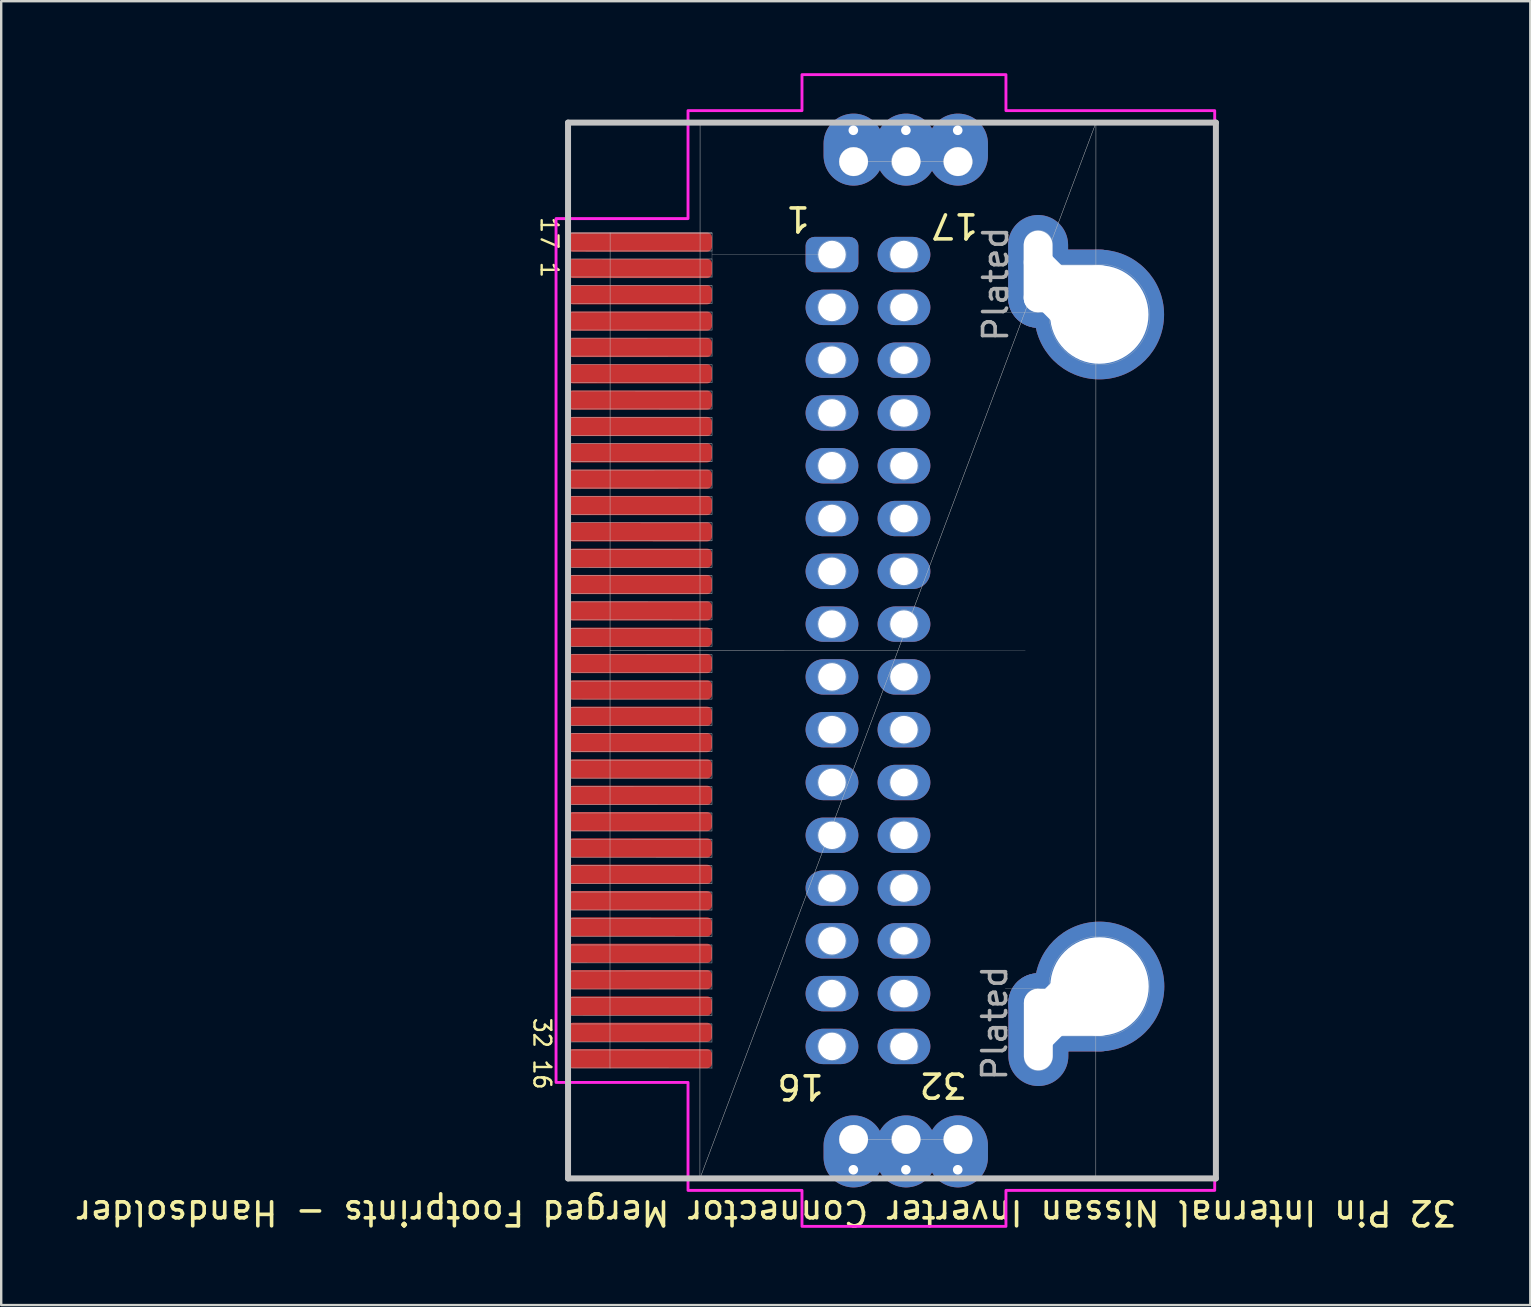
<source format=kicad_pcb>
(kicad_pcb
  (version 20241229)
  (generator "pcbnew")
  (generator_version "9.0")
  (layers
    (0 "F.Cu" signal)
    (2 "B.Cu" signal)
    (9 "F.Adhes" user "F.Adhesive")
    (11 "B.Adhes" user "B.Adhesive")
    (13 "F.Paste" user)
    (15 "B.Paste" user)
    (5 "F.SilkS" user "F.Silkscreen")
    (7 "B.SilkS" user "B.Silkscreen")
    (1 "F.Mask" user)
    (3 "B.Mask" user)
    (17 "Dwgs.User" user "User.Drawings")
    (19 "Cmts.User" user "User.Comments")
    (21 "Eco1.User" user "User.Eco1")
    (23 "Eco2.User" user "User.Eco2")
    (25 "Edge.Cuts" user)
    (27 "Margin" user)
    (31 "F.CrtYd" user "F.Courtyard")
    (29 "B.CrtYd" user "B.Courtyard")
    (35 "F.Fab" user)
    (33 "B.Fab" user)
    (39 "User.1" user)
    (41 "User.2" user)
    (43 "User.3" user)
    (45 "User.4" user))
  (footprint "32 Pin Internal Nissan Inverter Connector Merged Footprints - Handsolder"
    (layer "F.Cu")
    (at 34.373 24.06)
    (property "Reference" "32 Pin Internal Nissan Inverter Connector Merged Footprints - Handsolder" (at -5.51 23.43 180) (unlocked yes) (layer "F.SilkS") (effects (font (size 1 1) (thickness 0.15))))
    (attr through_hole exclude_from_pos_files)
    (fp_line (start -13.753 17.391) (end -13.753 16.641) (stroke (width 0.01) (type solid)) (layer "Dwgs.User"))
    (fp_line (start -13.753 17.391) (end -7.753 17.392) (stroke (width 0.01) (type solid)) (layer "Dwgs.User"))
    (fp_line (start -13.753 16.641) (end -7.753 16.642) (stroke (width 0.01) (type solid)) (layer "Dwgs.User"))
    (fp_line (start -13.753 16.293) (end -13.753 15.543) (stroke (width 0.01) (type solid)) (layer "Dwgs.User"))
    (fp_line (start -13.753 16.293) (end -7.753 16.294) (stroke (width 0.01) (type solid)) (layer "Dwgs.User"))
    (fp_line (start -13.753 15.543) (end -7.753 15.544) (stroke (width 0.01) (type solid)) (layer "Dwgs.User"))
    (fp_line (start -13.753 15.195) (end -13.753 14.445) (stroke (width 0.01) (type solid)) (layer "Dwgs.User"))
    (fp_line (start -13.753 15.195) (end -7.753 15.196) (stroke (width 0.01) (type solid)) (layer "Dwgs.User"))
    (fp_line (start -13.753 14.445) (end -7.753 14.446) (stroke (width 0.01) (type solid)) (layer "Dwgs.User"))
    (fp_line (start -13.753 14.097) (end -13.753 13.347) (stroke (width 0.01) (type solid)) (layer "Dwgs.User"))
    (fp_line (start -13.753 14.097) (end -7.753 14.098) (stroke (width 0.01) (type solid)) (layer "Dwgs.User"))
    (fp_line (start -13.753 13.347) (end -7.753 13.348) (stroke (width 0.01) (type solid)) (layer "Dwgs.User"))
    (fp_line (start -13.753 12.999) (end -13.752 12.249) (stroke (width 0.01) (type solid)) (layer "Dwgs.User"))
    (fp_line (start -13.753 12.999) (end -7.753 13) (stroke (width 0.01) (type solid)) (layer "Dwgs.User"))
    (fp_line (start -13.752 12.249) (end -7.752 12.25) (stroke (width 0.01) (type solid)) (layer "Dwgs.User"))
    (fp_line (start -13.752 11.901) (end -13.752 11.151) (stroke (width 0.01) (type solid)) (layer "Dwgs.User"))
    (fp_line (start -13.752 11.901) (end -7.752 11.902) (stroke (width 0.01) (type solid)) (layer "Dwgs.User"))
    (fp_line (start -13.752 11.151) (end -7.752 11.152) (stroke (width 0.01) (type solid)) (layer "Dwgs.User"))
    (fp_line (start -13.752 10.803) (end -13.752 10.053) (stroke (width 0.01) (type solid)) (layer "Dwgs.User"))
    (fp_line (start -13.752 10.803) (end -7.752 10.804) (stroke (width 0.01) (type solid)) (layer "Dwgs.User"))
    (fp_line (start -13.752 10.053) (end -7.752 10.054) (stroke (width 0.01) (type solid)) (layer "Dwgs.User"))
    (fp_line (start -13.752 9.705) (end -13.752 8.955) (stroke (width 0.01) (type solid)) (layer "Dwgs.User"))
    (fp_line (start -13.752 9.705) (end -7.752 9.706) (stroke (width 0.01) (type solid)) (layer "Dwgs.User"))
    (fp_line (start -13.752 8.955) (end -7.752 8.956) (stroke (width 0.01) (type solid)) (layer "Dwgs.User"))
    (fp_line (start -13.752 8.607) (end -13.752 7.857) (stroke (width 0.01) (type solid)) (layer "Dwgs.User"))
    (fp_line (start -13.752 8.607) (end -7.752 8.608) (stroke (width 0.01) (type solid)) (layer "Dwgs.User"))
    (fp_line (start -13.752 7.857) (end -7.752 7.858) (stroke (width 0.01) (type solid)) (layer "Dwgs.User"))
    (fp_line (start -13.752 7.509) (end -13.752 6.759) (stroke (width 0.01) (type solid)) (layer "Dwgs.User"))
    (fp_line (start -13.752 7.509) (end -7.752 7.51) (stroke (width 0.01) (type solid)) (layer "Dwgs.User"))
    (fp_line (start -13.752 6.759) (end -7.752 6.76) (stroke (width 0.01) (type solid)) (layer "Dwgs.User"))
    (fp_line (start -13.751 6.411) (end -13.751 5.661) (stroke (width 0.01) (type solid)) (layer "Dwgs.User"))
    (fp_line (start -13.751 6.411) (end -7.751 6.412) (stroke (width 0.01) (type solid)) (layer "Dwgs.User"))
    (fp_line (start -13.751 5.661) (end -7.751 5.662) (stroke (width 0.01) (type solid)) (layer "Dwgs.User"))
    (fp_line (start -13.751 5.313) (end -13.751 4.563) (stroke (width 0.01) (type solid)) (layer "Dwgs.User"))
    (fp_line (start -13.751 5.313) (end -7.751 5.314) (stroke (width 0.01) (type solid)) (layer "Dwgs.User"))
    (fp_line (start -13.751 4.563) (end -7.751 4.564) (stroke (width 0.01) (type solid)) (layer "Dwgs.User"))
    (fp_line (start -13.751 4.215) (end -13.751 3.465) (stroke (width 0.01) (type solid)) (layer "Dwgs.User"))
    (fp_line (start -13.751 4.215) (end -7.751 4.216) (stroke (width 0.01) (type solid)) (layer "Dwgs.User"))
    (fp_line (start -13.751 3.465) (end -7.751 3.466) (stroke (width 0.01) (type solid)) (layer "Dwgs.User"))
    (fp_line (start -13.751 3.118) (end -13.751 2.368) (stroke (width 0.01) (type solid)) (layer "Dwgs.User"))
    (fp_line (start -13.751 3.118) (end -7.751 3.119) (stroke (width 0.01) (type solid)) (layer "Dwgs.User"))
    (fp_line (start -13.751 2.368) (end -7.751 2.369) (stroke (width 0.01) (type solid)) (layer "Dwgs.User"))
    (fp_line (start -13.751 2.02) (end -13.751 1.27) (stroke (width 0.01) (type solid)) (layer "Dwgs.User"))
    (fp_line (start -13.751 2.02) (end -7.751 2.021) (stroke (width 0.01) (type solid)) (layer "Dwgs.User"))
    (fp_line (start -13.751 1.27) (end -7.751 1.271) (stroke (width 0.01) (type solid)) (layer "Dwgs.User"))
    (fp_line (start -13.751 0.922) (end -13.75 0.172) (stroke (width 0.01) (type solid)) (layer "Dwgs.User"))
    (fp_line (start -13.751 0.922) (end -7.751 0.923) (stroke (width 0.01) (type solid)) (layer "Dwgs.User"))
    (fp_line (start -13.75 0.172) (end -7.75 0.173) (stroke (width 0.01) (type solid)) (layer "Dwgs.User"))
    (fp_line (start -13.75 -22) (end -13.75 22) (stroke (width 0.25) (type solid)) (layer "Dwgs.User"))
    (fp_line (start -13.75 -17.425) (end -7.75 -17.425) (stroke (width 0.01) (type solid)) (layer "Dwgs.User"))
    (fp_line (start -13.75 -17.425) (end -7.75 -17.425) (stroke (width 0.01) (type solid)) (layer "Dwgs.User"))
    (fp_line (start -13.75 -16.675) (end -13.75 -17.425) (stroke (width 0.01) (type solid)) (layer "Dwgs.User"))
    (fp_line (start -13.75 -16.675) (end -7.75 -16.675) (stroke (width 0.01) (type solid)) (layer "Dwgs.User"))
    (fp_line (start -13.75 -16.325) (end -7.75 -16.325) (stroke (width 0.01) (type solid)) (layer "Dwgs.User"))
    (fp_line (start -13.75 -15.575) (end -13.75 -16.325) (stroke (width 0.01) (type solid)) (layer "Dwgs.User"))
    (fp_line (start -13.75 -15.575) (end -7.75 -15.575) (stroke (width 0.01) (type solid)) (layer "Dwgs.User"))
    (fp_line (start -13.75 -15.225) (end -7.75 -15.225) (stroke (width 0.01) (type solid)) (layer "Dwgs.User"))
    (fp_line (start -13.75 -14.475) (end -13.75 -15.225) (stroke (width 0.01) (type solid)) (layer "Dwgs.User"))
    (fp_line (start -13.75 -14.475) (end -7.75 -14.475) (stroke (width 0.01) (type solid)) (layer "Dwgs.User"))
    (fp_line (start -13.75 -14.125) (end -7.75 -14.125) (stroke (width 0.01) (type solid)) (layer "Dwgs.User"))
    (fp_line (start -13.75 -13.375) (end -13.75 -14.125) (stroke (width 0.01) (type solid)) (layer "Dwgs.User"))
    (fp_line (start -13.75 -13.375) (end -7.75 -13.375) (stroke (width 0.01) (type solid)) (layer "Dwgs.User"))
    (fp_line (start -13.75 -13.025) (end -7.75 -13.025) (stroke (width 0.01) (type solid)) (layer "Dwgs.User"))
    (fp_line (start -13.75 -12.275) (end -13.75 -13.025) (stroke (width 0.01) (type solid)) (layer "Dwgs.User"))
    (fp_line (start -13.75 -12.275) (end -7.75 -12.275) (stroke (width 0.01) (type solid)) (layer "Dwgs.User"))
    (fp_line (start -13.75 -11.925) (end -7.75 -11.925) (stroke (width 0.01) (type solid)) (layer "Dwgs.User"))
    (fp_line (start -13.75 -11.175) (end -13.75 -11.925) (stroke (width 0.01) (type solid)) (layer "Dwgs.User"))
    (fp_line (start -13.75 -11.175) (end -7.75 -11.175) (stroke (width 0.01) (type solid)) (layer "Dwgs.User"))
    (fp_line (start -13.75 -10.825) (end -7.75 -10.825) (stroke (width 0.01) (type solid)) (layer "Dwgs.User"))
    (fp_line (start -13.75 -10.075) (end -13.75 -10.825) (stroke (width 0.01) (type solid)) (layer "Dwgs.User"))
    (fp_line (start -13.75 -10.075) (end -7.75 -10.075) (stroke (width 0.01) (type solid)) (layer "Dwgs.User"))
    (fp_line (start -13.75 -9.725) (end -7.75 -9.725) (stroke (width 0.01) (type solid)) (layer "Dwgs.User"))
    (fp_line (start -13.75 -8.975) (end -13.75 -9.725) (stroke (width 0.01) (type solid)) (layer "Dwgs.User"))
    (fp_line (start -13.75 -8.975) (end -7.75 -8.975) (stroke (width 0.01) (type solid)) (layer "Dwgs.User"))
    (fp_line (start -13.75 -8.625) (end -7.75 -8.625) (stroke (width 0.01) (type solid)) (layer "Dwgs.User"))
    (fp_line (start -13.75 -7.875) (end -13.75 -8.625) (stroke (width 0.01) (type solid)) (layer "Dwgs.User"))
    (fp_line (start -13.75 -7.875) (end -7.75 -7.875) (stroke (width 0.01) (type solid)) (layer "Dwgs.User"))
    (fp_line (start -13.75 -7.525) (end -7.75 -7.525) (stroke (width 0.01) (type solid)) (layer "Dwgs.User"))
    (fp_line (start -13.75 -6.775) (end -13.75 -7.525) (stroke (width 0.01) (type solid)) (layer "Dwgs.User"))
    (fp_line (start -13.75 -6.775) (end -7.75 -6.775) (stroke (width 0.01) (type solid)) (layer "Dwgs.User"))
    (fp_line (start -13.75 -6.425) (end -7.75 -6.425) (stroke (width 0.01) (type solid)) (layer "Dwgs.User"))
    (fp_line (start -13.75 -5.675) (end -13.75 -6.425) (stroke (width 0.01) (type solid)) (layer "Dwgs.User"))
    (fp_line (start -13.75 -5.675) (end -7.75 -5.675) (stroke (width 0.01) (type solid)) (layer "Dwgs.User"))
    (fp_line (start -13.75 -5.325) (end -7.75 -5.325) (stroke (width 0.01) (type solid)) (layer "Dwgs.User"))
    (fp_line (start -13.75 -4.575) (end -13.75 -5.325) (stroke (width 0.01) (type solid)) (layer "Dwgs.User"))
    (fp_line (start -13.75 -4.575) (end -7.75 -4.575) (stroke (width 0.01) (type solid)) (layer "Dwgs.User"))
    (fp_line (start -13.75 -4.225) (end -7.75 -4.225) (stroke (width 0.01) (type solid)) (layer "Dwgs.User"))
    (fp_line (start -13.75 -3.475) (end -13.75 -4.225) (stroke (width 0.01) (type solid)) (layer "Dwgs.User"))
    (fp_line (start -13.75 -3.475) (end -7.75 -3.475) (stroke (width 0.01) (type solid)) (layer "Dwgs.User"))
    (fp_line (start -13.75 -3.125) (end -7.75 -3.125) (stroke (width 0.01) (type solid)) (layer "Dwgs.User"))
    (fp_line (start -13.75 -2.375) (end -13.75 -3.125) (stroke (width 0.01) (type solid)) (layer "Dwgs.User"))
    (fp_line (start -13.75 -2.375) (end -7.75 -2.375) (stroke (width 0.01) (type solid)) (layer "Dwgs.User"))
    (fp_line (start -13.75 -2.025) (end -7.75 -2.025) (stroke (width 0.01) (type solid)) (layer "Dwgs.User"))
    (fp_line (start -13.75 -1.275) (end -13.75 -2.025) (stroke (width 0.01) (type solid)) (layer "Dwgs.User"))
    (fp_line (start -13.75 -1.275) (end -7.75 -1.275) (stroke (width 0.01) (type solid)) (layer "Dwgs.User"))
    (fp_line (start -13.75 -0.925) (end -7.75 -0.925) (stroke (width 0.01) (type solid)) (layer "Dwgs.User"))
    (fp_line (start -13.75 -0.175) (end -13.75 -0.925) (stroke (width 0.01) (type solid)) (layer "Dwgs.User"))
    (fp_line (start -13.75 -0.175) (end -7.75 -0.175) (stroke (width 0.01) (type solid)) (layer "Dwgs.User"))
    (fp_line (start -13.75 0.175) (end -7.75 0.175) (stroke (width 0.01) (type solid)) (layer "Dwgs.User"))
    (fp_line (start -13.75 0.925) (end -13.75 0.175) (stroke (width 0.01) (type solid)) (layer "Dwgs.User"))
    (fp_line (start -13.75 0.925) (end -7.75 0.925) (stroke (width 0.01) (type solid)) (layer "Dwgs.User"))
    (fp_line (start -13.75 1.275) (end -7.75 1.275) (stroke (width 0.01) (type solid)) (layer "Dwgs.User"))
    (fp_line (start -13.75 2.025) (end -13.75 1.275) (stroke (width 0.01) (type solid)) (layer "Dwgs.User"))
    (fp_line (start -13.75 2.025) (end -7.75 2.025) (stroke (width 0.01) (type solid)) (layer "Dwgs.User"))
    (fp_line (start -13.75 2.375) (end -7.75 2.375) (stroke (width 0.01) (type solid)) (layer "Dwgs.User"))
    (fp_line (start -13.75 3.125) (end -13.75 2.375) (stroke (width 0.01) (type solid)) (layer "Dwgs.User"))
    (fp_line (start -13.75 3.125) (end -7.75 3.125) (stroke (width 0.01) (type solid)) (layer "Dwgs.User"))
    (fp_line (start -13.75 3.475) (end -7.75 3.475) (stroke (width 0.01) (type solid)) (layer "Dwgs.User"))
    (fp_line (start -13.75 4.225) (end -13.75 3.475) (stroke (width 0.01) (type solid)) (layer "Dwgs.User"))
    (fp_line (start -13.75 4.225) (end -7.75 4.225) (stroke (width 0.01) (type solid)) (layer "Dwgs.User"))
    (fp_line (start -13.75 4.575) (end -7.75 4.575) (stroke (width 0.01) (type solid)) (layer "Dwgs.User"))
    (fp_line (start -13.75 5.325) (end -13.75 4.575) (stroke (width 0.01) (type solid)) (layer "Dwgs.User"))
    (fp_line (start -13.75 5.325) (end -7.75 5.325) (stroke (width 0.01) (type solid)) (layer "Dwgs.User"))
    (fp_line (start -13.75 5.675) (end -7.75 5.675) (stroke (width 0.01) (type solid)) (layer "Dwgs.User"))
    (fp_line (start -13.75 6.425) (end -13.75 5.675) (stroke (width 0.01) (type solid)) (layer "Dwgs.User"))
    (fp_line (start -13.75 6.425) (end -7.75 6.425) (stroke (width 0.01) (type solid)) (layer "Dwgs.User"))
    (fp_line (start -13.75 6.775) (end -7.75 6.775) (stroke (width 0.01) (type solid)) (layer "Dwgs.User"))
    (fp_line (start -13.75 7.525) (end -13.75 6.775) (stroke (width 0.01) (type solid)) (layer "Dwgs.User"))
    (fp_line (start -13.75 7.525) (end -7.75 7.525) (stroke (width 0.01) (type solid)) (layer "Dwgs.User"))
    (fp_line (start -13.75 7.875) (end -7.75 7.875) (stroke (width 0.01) (type solid)) (layer "Dwgs.User"))
    (fp_line (start -13.75 8.625) (end -13.75 7.875) (stroke (width 0.01) (type solid)) (layer "Dwgs.User"))
    (fp_line (start -13.75 8.625) (end -7.75 8.625) (stroke (width 0.01) (type solid)) (layer "Dwgs.User"))
    (fp_line (start -13.75 8.975) (end -7.75 8.975) (stroke (width 0.01) (type solid)) (layer "Dwgs.User"))
    (fp_line (start -13.75 9.725) (end -13.75 8.975) (stroke (width 0.01) (type solid)) (layer "Dwgs.User"))
    (fp_line (start -13.75 9.725) (end -7.75 9.725) (stroke (width 0.01) (type solid)) (layer "Dwgs.User"))
    (fp_line (start -13.75 10.075) (end -7.75 10.075) (stroke (width 0.01) (type solid)) (layer "Dwgs.User"))
    (fp_line (start -13.75 10.825) (end -13.75 10.075) (stroke (width 0.01) (type solid)) (layer "Dwgs.User"))
    (fp_line (start -13.75 10.825) (end -7.75 10.825) (stroke (width 0.01) (type solid)) (layer "Dwgs.User"))
    (fp_line (start -13.75 11.175) (end -7.75 11.175) (stroke (width 0.01) (type solid)) (layer "Dwgs.User"))
    (fp_line (start -13.75 11.925) (end -13.75 11.175) (stroke (width 0.01) (type solid)) (layer "Dwgs.User"))
    (fp_line (start -13.75 11.925) (end -7.75 11.925) (stroke (width 0.01) (type solid)) (layer "Dwgs.User"))
    (fp_line (start -13.75 12.275) (end -7.75 12.275) (stroke (width 0.01) (type solid)) (layer "Dwgs.User"))
    (fp_line (start -13.75 13.025) (end -13.75 12.275) (stroke (width 0.01) (type solid)) (layer "Dwgs.User"))
    (fp_line (start -13.75 13.025) (end -7.75 13.025) (stroke (width 0.01) (type solid)) (layer "Dwgs.User"))
    (fp_line (start -13.75 13.375) (end -7.75 13.375) (stroke (width 0.01) (type solid)) (layer "Dwgs.User"))
    (fp_line (start -13.75 14.125) (end -13.75 13.375) (stroke (width 0.01) (type solid)) (layer "Dwgs.User"))
    (fp_line (start -13.75 14.125) (end -7.75 14.125) (stroke (width 0.01) (type solid)) (layer "Dwgs.User"))
    (fp_line (start -13.75 14.475) (end -7.75 14.475) (stroke (width 0.01) (type solid)) (layer "Dwgs.User"))
    (fp_line (start -13.75 15.225) (end -13.75 14.475) (stroke (width 0.01) (type solid)) (layer "Dwgs.User"))
    (fp_line (start -13.75 15.225) (end -7.75 15.225) (stroke (width 0.01) (type solid)) (layer "Dwgs.User"))
    (fp_line (start -13.75 15.575) (end -7.75 15.575) (stroke (width 0.01) (type solid)) (layer "Dwgs.User"))
    (fp_line (start -13.75 16.325) (end -13.75 15.575) (stroke (width 0.01) (type solid)) (layer "Dwgs.User"))
    (fp_line (start -13.75 16.325) (end -7.75 16.325) (stroke (width 0.01) (type solid)) (layer "Dwgs.User"))
    (fp_line (start -13.75 16.675) (end -7.75 16.675) (stroke (width 0.01) (type solid)) (layer "Dwgs.User"))
    (fp_line (start -13.75 17.425) (end -13.75 16.675) (stroke (width 0.01) (type solid)) (layer "Dwgs.User"))
    (fp_line (start -13.75 17.425) (end -7.75 17.425) (stroke (width 0.01) (type solid)) (layer "Dwgs.User"))
    (fp_line (start -13.75 22) (end 13.25 22) (stroke (width 0.25) (type solid)) (layer "Dwgs.User"))
    (fp_line (start -13.75 -0.176) (end -13.75 -0.926) (stroke (width 0.01) (type solid)) (layer "Dwgs.User"))
    (fp_line (start -13.75 -0.176) (end -7.75 -0.175) (stroke (width 0.01) (type solid)) (layer "Dwgs.User"))
    (fp_line (start -13.75 -0.926) (end -7.75 -0.925) (stroke (width 0.01) (type solid)) (layer "Dwgs.User"))
    (fp_line (start -13.75 -1.274) (end -13.75 -2.024) (stroke (width 0.01) (type solid)) (layer "Dwgs.User"))
    (fp_line (start -13.75 -1.274) (end -7.75 -1.273) (stroke (width 0.01) (type solid)) (layer "Dwgs.User"))
    (fp_line (start -13.75 -2.024) (end -7.75 -2.023) (stroke (width 0.01) (type solid)) (layer "Dwgs.User"))
    (fp_line (start -13.75 -2.372) (end -13.75 -3.122) (stroke (width 0.01) (type solid)) (layer "Dwgs.User"))
    (fp_line (start -13.75 -2.372) (end -7.75 -2.371) (stroke (width 0.01) (type solid)) (layer "Dwgs.User"))
    (fp_line (start -13.75 -3.122) (end -7.75 -3.121) (stroke (width 0.01) (type solid)) (layer "Dwgs.User"))
    (fp_line (start -13.75 -3.47) (end -13.75 -4.22) (stroke (width 0.01) (type solid)) (layer "Dwgs.User"))
    (fp_line (start -13.75 -3.47) (end -7.75 -3.469) (stroke (width 0.01) (type solid)) (layer "Dwgs.User"))
    (fp_line (start -13.75 -4.22) (end -7.75 -4.219) (stroke (width 0.01) (type solid)) (layer "Dwgs.User"))
    (fp_line (start -13.75 -4.568) (end -13.749 -5.318) (stroke (width 0.01) (type solid)) (layer "Dwgs.User"))
    (fp_line (start -13.75 -4.568) (end -7.75 -4.567) (stroke (width 0.01) (type solid)) (layer "Dwgs.User"))
    (fp_line (start -13.749 -5.318) (end -7.749 -5.317) (stroke (width 0.01) (type solid)) (layer "Dwgs.User"))
    (fp_line (start -13.749 -5.666) (end -13.749 -6.416) (stroke (width 0.01) (type solid)) (layer "Dwgs.User"))
    (fp_line (start -13.749 -5.666) (end -7.749 -5.665) (stroke (width 0.01) (type solid)) (layer "Dwgs.User"))
    (fp_line (start -13.749 -6.416) (end -7.749 -6.415) (stroke (width 0.01) (type solid)) (layer "Dwgs.User"))
    (fp_line (start -13.749 -6.764) (end -13.749 -7.514) (stroke (width 0.01) (type solid)) (layer "Dwgs.User"))
    (fp_line (start -13.749 -6.764) (end -7.749 -6.763) (stroke (width 0.01) (type solid)) (layer "Dwgs.User"))
    (fp_line (start -13.749 -7.514) (end -7.749 -7.513) (stroke (width 0.01) (type solid)) (layer "Dwgs.User"))
    (fp_line (start -13.749 -7.862) (end -13.749 -8.612) (stroke (width 0.01) (type solid)) (layer "Dwgs.User"))
    (fp_line (start -13.749 -7.862) (end -7.749 -7.861) (stroke (width 0.01) (type solid)) (layer "Dwgs.User"))
    (fp_line (start -13.749 -8.612) (end -7.749 -8.611) (stroke (width 0.01) (type solid)) (layer "Dwgs.User"))
    (fp_line (start -13.749 -8.96) (end -13.749 -9.71) (stroke (width 0.01) (type solid)) (layer "Dwgs.User"))
    (fp_line (start -13.749 -8.96) (end -7.749 -8.959) (stroke (width 0.01) (type solid)) (layer "Dwgs.User"))
    (fp_line (start -13.749 -9.71) (end -7.749 -9.709) (stroke (width 0.01) (type solid)) (layer "Dwgs.User"))
    (fp_line (start -13.749 -10.058) (end -13.749 -10.808) (stroke (width 0.01) (type solid)) (layer "Dwgs.User"))
    (fp_line (start -13.749 -10.058) (end -7.749 -10.057) (stroke (width 0.01) (type solid)) (layer "Dwgs.User"))
    (fp_line (start -13.749 -10.808) (end -7.749 -10.807) (stroke (width 0.01) (type solid)) (layer "Dwgs.User"))
    (fp_line (start -13.748 -11.156) (end -13.748 -11.906) (stroke (width 0.01) (type solid)) (layer "Dwgs.User"))
    (fp_line (start -13.748 -11.156) (end -7.748 -11.155) (stroke (width 0.01) (type solid)) (layer "Dwgs.User"))
    (fp_line (start -13.748 -11.906) (end -7.748 -11.905) (stroke (width 0.01) (type solid)) (layer "Dwgs.User"))
    (fp_line (start -13.748 -12.254) (end -13.748 -13.004) (stroke (width 0.01) (type solid)) (layer "Dwgs.User"))
    (fp_line (start -13.748 -12.254) (end -7.748 -12.253) (stroke (width 0.01) (type solid)) (layer "Dwgs.User"))
    (fp_line (start -13.748 -13.004) (end -7.748 -13.003) (stroke (width 0.01) (type solid)) (layer "Dwgs.User"))
    (fp_line (start -13.748 -13.352) (end -13.748 -14.102) (stroke (width 0.01) (type solid)) (layer "Dwgs.User"))
    (fp_line (start -13.748 -13.352) (end -7.748 -13.351) (stroke (width 0.01) (type solid)) (layer "Dwgs.User"))
    (fp_line (start -13.748 -14.102) (end -7.748 -14.101) (stroke (width 0.01) (type solid)) (layer "Dwgs.User"))
    (fp_line (start -13.748 -14.45) (end -13.748 -15.2) (stroke (width 0.01) (type solid)) (layer "Dwgs.User"))
    (fp_line (start -13.748 -14.45) (end -7.748 -14.449) (stroke (width 0.01) (type solid)) (layer "Dwgs.User"))
    (fp_line (start -13.748 -15.2) (end -7.748 -15.199) (stroke (width 0.01) (type solid)) (layer "Dwgs.User"))
    (fp_line (start -13.748 -15.548) (end -13.748 -16.298) (stroke (width 0.01) (type solid)) (layer "Dwgs.User"))
    (fp_line (start -13.748 -15.548) (end -7.748 -15.546) (stroke (width 0.01) (type solid)) (layer "Dwgs.User"))
    (fp_line (start -13.748 -16.298) (end -7.748 -16.296) (stroke (width 0.01) (type solid)) (layer "Dwgs.User"))
    (fp_line (start -13.748 -16.645) (end -13.747 -17.395) (stroke (width 0.01) (type solid)) (layer "Dwgs.User"))
    (fp_line (start -13.748 -16.645) (end -7.748 -16.644) (stroke (width 0.01) (type solid)) (layer "Dwgs.User"))
    (fp_line (start -13.747 -17.395) (end -7.747 -17.394) (stroke (width 0.01) (type solid)) (layer "Dwgs.User"))
    (fp_line (start -13.747 -17.395) (end -7.747 -17.394) (stroke (width 0.01) (type solid)) (layer "Dwgs.User"))
    (fp_line (start -12.003 17.391) (end -11.997 -17.395) (stroke (width 0.01) (type solid)) (layer "Dwgs.User"))
    (fp_line (start -12 0) (end -0.000393 0) (stroke (width 0.01) (type solid)) (layer "Dwgs.User"))
    (fp_line (start -12 17.425) (end -12 -17.425) (stroke (width 0.01) (type solid)) (layer "Dwgs.User"))
    (fp_line (start -12 -0.002) (end -0.000393 0) (stroke (width 0.01) (type solid)) (layer "Dwgs.User"))
    (fp_line (start -8.254 21.999) (end -8.247 -22.001) (stroke (width 0.01) (type solid)) (layer "Dwgs.User"))
    (fp_line (start -8.254 21.999) (end 8.246 22.001) (stroke (width 0.01) (type solid)) (layer "Dwgs.User"))
    (fp_line (start -8.254 21.999) (end 8.253 -21.999) (stroke (width 0.01) (type solid)) (layer "Dwgs.User"))
    (fp_line (start -8.25 -22) (end 8.25 -22) (stroke (width 0.01) (type solid)) (layer "Dwgs.User"))
    (fp_line (start -8.25 22) (end -8.25 -22) (stroke (width 0.01) (type solid)) (layer "Dwgs.User"))
    (fp_line (start -8.25 22) (end 8.25 -22) (stroke (width 0.01) (type solid)) (layer "Dwgs.User"))
    (fp_line (start -8.25 22) (end 8.25 22) (stroke (width 0.01) (type solid)) (layer "Dwgs.User"))
    (fp_line (start -8.247 -22.001) (end 8.253 -21.999) (stroke (width 0.01) (type solid)) (layer "Dwgs.User"))
    (fp_line (start -7.753 17.392) (end -7.753 16.642) (stroke (width 0.01) (type solid)) (layer "Dwgs.User"))
    (fp_line (start -7.753 16.294) (end -7.753 15.544) (stroke (width 0.01) (type solid)) (layer "Dwgs.User"))
    (fp_line (start -7.753 15.196) (end -7.753 14.446) (stroke (width 0.01) (type solid)) (layer "Dwgs.User"))
    (fp_line (start -7.753 14.098) (end -7.753 13.348) (stroke (width 0.01) (type solid)) (layer "Dwgs.User"))
    (fp_line (start -7.753 13) (end -7.752 12.25) (stroke (width 0.01) (type solid)) (layer "Dwgs.User"))
    (fp_line (start -7.752 11.902) (end -7.752 11.152) (stroke (width 0.01) (type solid)) (layer "Dwgs.User"))
    (fp_line (start -7.752 10.804) (end -7.752 10.054) (stroke (width 0.01) (type solid)) (layer "Dwgs.User"))
    (fp_line (start -7.752 9.706) (end -7.752 8.956) (stroke (width 0.01) (type solid)) (layer "Dwgs.User"))
    (fp_line (start -7.752 8.608) (end -7.752 7.858) (stroke (width 0.01) (type solid)) (layer "Dwgs.User"))
    (fp_line (start -7.752 7.51) (end -7.752 6.76) (stroke (width 0.01) (type solid)) (layer "Dwgs.User"))
    (fp_line (start -7.751 6.412) (end -7.751 5.662) (stroke (width 0.01) (type solid)) (layer "Dwgs.User"))
    (fp_line (start -7.751 5.314) (end -7.751 4.564) (stroke (width 0.01) (type solid)) (layer "Dwgs.User"))
    (fp_line (start -7.751 4.216) (end -7.751 3.466) (stroke (width 0.01) (type solid)) (layer "Dwgs.User"))
    (fp_line (start -7.751 3.119) (end -7.751 2.369) (stroke (width 0.01) (type solid)) (layer "Dwgs.User"))
    (fp_line (start -7.751 2.021) (end -7.751 1.271) (stroke (width 0.01) (type solid)) (layer "Dwgs.User"))
    (fp_line (start -7.751 0.923) (end -7.75 0.173) (stroke (width 0.01) (type solid)) (layer "Dwgs.User"))
    (fp_line (start -7.75 -16.675) (end -7.75 -17.425) (stroke (width 0.01) (type solid)) (layer "Dwgs.User"))
    (fp_line (start -7.75 -16.675) (end -7.75 -16.325) (stroke (width 0.01) (type solid)) (layer "Dwgs.User"))
    (fp_line (start -7.75 -16.5) (end -2.75 -16.5) (stroke (width 0.01) (type solid)) (layer "Dwgs.User"))
    (fp_line (start -7.75 -15.575) (end -7.75 -16.325) (stroke (width 0.01) (type solid)) (layer "Dwgs.User"))
    (fp_line (start -7.75 -14.475) (end -7.75 -15.225) (stroke (width 0.01) (type solid)) (layer "Dwgs.User"))
    (fp_line (start -7.75 -13.375) (end -7.75 -14.125) (stroke (width 0.01) (type solid)) (layer "Dwgs.User"))
    (fp_line (start -7.75 -12.275) (end -7.75 -13.025) (stroke (width 0.01) (type solid)) (layer "Dwgs.User"))
    (fp_line (start -7.75 -11.175) (end -7.75 -11.925) (stroke (width 0.01) (type solid)) (layer "Dwgs.User"))
    (fp_line (start -7.75 -10.075) (end -7.75 -10.825) (stroke (width 0.01) (type solid)) (layer "Dwgs.User"))
    (fp_line (start -7.75 -8.975) (end -7.75 -9.725) (stroke (width 0.01) (type solid)) (layer "Dwgs.User"))
    (fp_line (start -7.75 -7.875) (end -7.75 -8.625) (stroke (width 0.01) (type solid)) (layer "Dwgs.User"))
    (fp_line (start -7.75 -6.775) (end -7.75 -7.525) (stroke (width 0.01) (type solid)) (layer "Dwgs.User"))
    (fp_line (start -7.75 -5.675) (end -7.75 -6.425) (stroke (width 0.01) (type solid)) (layer "Dwgs.User"))
    (fp_line (start -7.75 -4.575) (end -7.75 -5.325) (stroke (width 0.01) (type solid)) (layer "Dwgs.User"))
    (fp_line (start -7.75 -3.475) (end -7.75 -4.225) (stroke (width 0.01) (type solid)) (layer "Dwgs.User"))
    (fp_line (start -7.75 -2.375) (end -7.75 -3.125) (stroke (width 0.01) (type solid)) (layer "Dwgs.User"))
    (fp_line (start -7.75 -1.275) (end -7.75 -2.025) (stroke (width 0.01) (type solid)) (layer "Dwgs.User"))
    (fp_line (start -7.75 -0.175) (end -7.75 -0.925) (stroke (width 0.01) (type solid)) (layer "Dwgs.User"))
    (fp_line (start -7.75 0.925) (end -7.75 0.175) (stroke (width 0.01) (type solid)) (layer "Dwgs.User"))
    (fp_line (start -7.75 2.025) (end -7.75 1.275) (stroke (width 0.01) (type solid)) (layer "Dwgs.User"))
    (fp_line (start -7.75 3.125) (end -7.75 2.375) (stroke (width 0.01) (type solid)) (layer "Dwgs.User"))
    (fp_line (start -7.75 4.225) (end -7.75 3.475) (stroke (width 0.01) (type solid)) (layer "Dwgs.User"))
    (fp_line (start -7.75 5.325) (end -7.75 4.575) (stroke (width 0.01) (type solid)) (layer "Dwgs.User"))
    (fp_line (start -7.75 6.425) (end -7.75 5.675) (stroke (width 0.01) (type solid)) (layer "Dwgs.User"))
    (fp_line (start -7.75 7.525) (end -7.75 6.775) (stroke (width 0.01) (type solid)) (layer "Dwgs.User"))
    (fp_line (start -7.75 8.625) (end -7.75 7.875) (stroke (width 0.01) (type solid)) (layer "Dwgs.User"))
    (fp_line (start -7.75 9.725) (end -7.75 8.975) (stroke (width 0.01) (type solid)) (layer "Dwgs.User"))
    (fp_line (start -7.75 10.825) (end -7.75 10.075) (stroke (width 0.01) (type solid)) (layer "Dwgs.User"))
    (fp_line (start -7.75 11.925) (end -7.75 11.175) (stroke (width 0.01) (type solid)) (layer "Dwgs.User"))
    (fp_line (start -7.75 13.025) (end -7.75 12.275) (stroke (width 0.01) (type solid)) (layer "Dwgs.User"))
    (fp_line (start -7.75 14.125) (end -7.75 13.375) (stroke (width 0.01) (type solid)) (layer "Dwgs.User"))
    (fp_line (start -7.75 15.225) (end -7.75 14.475) (stroke (width 0.01) (type solid)) (layer "Dwgs.User"))
    (fp_line (start -7.75 16.325) (end -7.75 15.575) (stroke (width 0.01) (type solid)) (layer "Dwgs.User"))
    (fp_line (start -7.75 17.425) (end -7.75 16.675) (stroke (width 0.01) (type solid)) (layer "Dwgs.User"))
    (fp_line (start -7.75 -0.175) (end -7.75 -0.925) (stroke (width 0.01) (type solid)) (layer "Dwgs.User"))
    (fp_line (start -7.75 -1.273) (end -7.75 -2.023) (stroke (width 0.01) (type solid)) (layer "Dwgs.User"))
    (fp_line (start -7.75 -2.371) (end -7.75 -3.121) (stroke (width 0.01) (type solid)) (layer "Dwgs.User"))
    (fp_line (start -7.75 -3.469) (end -7.75 -4.219) (stroke (width 0.01) (type solid)) (layer "Dwgs.User"))
    (fp_line (start -7.75 -4.567) (end -7.749 -5.317) (stroke (width 0.01) (type solid)) (layer "Dwgs.User"))
    (fp_line (start -7.749 -5.665) (end -7.749 -6.415) (stroke (width 0.01) (type solid)) (layer "Dwgs.User"))
    (fp_line (start -7.749 -6.763) (end -7.749 -7.513) (stroke (width 0.01) (type solid)) (layer "Dwgs.User"))
    (fp_line (start -7.749 -7.861) (end -7.749 -8.611) (stroke (width 0.01) (type solid)) (layer "Dwgs.User"))
    (fp_line (start -7.749 -8.959) (end -7.749 -9.709) (stroke (width 0.01) (type solid)) (layer "Dwgs.User"))
    (fp_line (start -7.749 -10.057) (end -7.749 -10.807) (stroke (width 0.01) (type solid)) (layer "Dwgs.User"))
    (fp_line (start -7.748 -11.155) (end -7.748 -11.905) (stroke (width 0.01) (type solid)) (layer "Dwgs.User"))
    (fp_line (start -7.748 -12.253) (end -7.748 -13.003) (stroke (width 0.01) (type solid)) (layer "Dwgs.User"))
    (fp_line (start -7.748 -13.351) (end -7.748 -14.101) (stroke (width 0.01) (type solid)) (layer "Dwgs.User"))
    (fp_line (start -7.748 -14.449) (end -7.748 -15.199) (stroke (width 0.01) (type solid)) (layer "Dwgs.User"))
    (fp_line (start -7.748 -15.546) (end -7.748 -16.296) (stroke (width 0.01) (type solid)) (layer "Dwgs.User"))
    (fp_line (start -7.748 -16.644) (end -7.747 -17.394) (stroke (width 0.01) (type solid)) (layer "Dwgs.User"))
    (fp_line (start -2.75 -16.82) (end -2.75 -16.18) (stroke (width 0.01) (type solid)) (layer "Dwgs.User"))
    (fp_line (start -2.451 20.317) (end -2.384 20.093) (stroke (width 0.01) (type solid)) (layer "Dwgs.User"))
    (fp_line (start -2.444 -20.433) (end -2.421 -20.2) (stroke (width 0.01) (type solid)) (layer "Dwgs.User"))
    (fp_line (start -2.428 20.55) (end -2.451 20.317) (stroke (width 0.01) (type solid)) (layer "Dwgs.User"))
    (fp_line (start -2.421 -20.2) (end -2.31 -19.994) (stroke (width 0.01) (type solid)) (layer "Dwgs.User"))
    (fp_line (start -2.384 20.093) (end -2.235 19.912) (stroke (width 0.01) (type solid)) (layer "Dwgs.User"))
    (fp_line (start -2.377 -20.657) (end -2.444 -20.433) (stroke (width 0.01) (type solid)) (layer "Dwgs.User"))
    (fp_line (start -2.317 20.756) (end -2.428 20.55) (stroke (width 0.01) (type solid)) (layer "Dwgs.User"))
    (fp_line (start -2.31 -19.994) (end -2.129 -19.846) (stroke (width 0.01) (type solid)) (layer "Dwgs.User"))
    (fp_line (start -2.235 19.912) (end -2.029 19.801) (stroke (width 0.01) (type solid)) (layer "Dwgs.User"))
    (fp_line (start -2.228 -20.838) (end -2.377 -20.657) (stroke (width 0.01) (type solid)) (layer "Dwgs.User"))
    (fp_line (start -2.136 20.904) (end -2.317 20.756) (stroke (width 0.01) (type solid)) (layer "Dwgs.User"))
    (fp_line (start -2.129 -19.846) (end -1.905 -19.778) (stroke (width 0.01) (type solid)) (layer "Dwgs.User"))
    (fp_line (start -2.029 19.801) (end -1.796 19.777) (stroke (width 0.01) (type solid)) (layer "Dwgs.User"))
    (fp_line (start -2.022 -20.949) (end -2.228 -20.838) (stroke (width 0.01) (type solid)) (layer "Dwgs.User"))
    (fp_line (start -1.911 20.972) (end -2.136 20.904) (stroke (width 0.01) (type solid)) (layer "Dwgs.User"))
    (fp_line (start -1.905 -19.778) (end -1.672 -19.801) (stroke (width 0.01) (type solid)) (layer "Dwgs.User"))
    (fp_line (start -1.854 20.375) (end 0.321 20.375) (stroke (width 0.01) (type solid)) (layer "Dwgs.User"))
    (fp_line (start -1.85 -20.375) (end 0.325 -20.375) (stroke (width 0.01) (type solid)) (layer "Dwgs.User"))
    (fp_line (start -1.85 20.375) (end 0.325 20.375) (stroke (width 0.01) (type solid)) (layer "Dwgs.User"))
    (fp_line (start -1.847 -20.375) (end 0.328 -20.375) (stroke (width 0.01) (type solid)) (layer "Dwgs.User"))
    (fp_line (start -1.796 19.777) (end -1.572 19.845) (stroke (width 0.01) (type solid)) (layer "Dwgs.User"))
    (fp_line (start -1.789 -20.973) (end -2.022 -20.949) (stroke (width 0.01) (type solid)) (layer "Dwgs.User"))
    (fp_line (start -1.679 20.948) (end -1.911 20.972) (stroke (width 0.01) (type solid)) (layer "Dwgs.User"))
    (fp_line (start -1.672 -19.801) (end -1.465 -19.912) (stroke (width 0.01) (type solid)) (layer "Dwgs.User"))
    (fp_line (start -1.572 19.845) (end -1.391 19.993) (stroke (width 0.01) (type solid)) (layer "Dwgs.User"))
    (fp_line (start -1.565 -20.905) (end -1.789 -20.973) (stroke (width 0.01) (type solid)) (layer "Dwgs.User"))
    (fp_line (start -1.472 20.838) (end -1.679 20.948) (stroke (width 0.01) (type solid)) (layer "Dwgs.User"))
    (fp_line (start -1.465 -19.912) (end -1.317 -20.094) (stroke (width 0.01) (type solid)) (layer "Dwgs.User"))
    (fp_line (start -1.391 19.993) (end -1.28 20.199) (stroke (width 0.01) (type solid)) (layer "Dwgs.User"))
    (fp_line (start -1.384 -20.757) (end -1.565 -20.905) (stroke (width 0.01) (type solid)) (layer "Dwgs.User"))
    (fp_line (start -1.324 20.656) (end -1.472 20.838) (stroke (width 0.01) (type solid)) (layer "Dwgs.User"))
    (fp_line (start -1.317 -20.094) (end -1.25 -20.318) (stroke (width 0.01) (type solid)) (layer "Dwgs.User"))
    (fp_line (start -1.28 20.199) (end -1.257 20.432) (stroke (width 0.01) (type solid)) (layer "Dwgs.User"))
    (fp_line (start -1.273 -20.551) (end -1.384 -20.757) (stroke (width 0.01) (type solid)) (layer "Dwgs.User"))
    (fp_line (start -1.257 20.432) (end -1.324 20.656) (stroke (width 0.01) (type solid)) (layer "Dwgs.User"))
    (fp_line (start -1.25 -20.318) (end -1.273 -20.551) (stroke (width 0.01) (type solid)) (layer "Dwgs.User"))
    (fp_line (start -0.276 20.317) (end -0.209 20.093) (stroke (width 0.01) (type solid)) (layer "Dwgs.User"))
    (fp_line (start -0.269 -20.433) (end -0.246 -20.2) (stroke (width 0.01) (type solid)) (layer "Dwgs.User"))
    (fp_line (start -0.253 20.55) (end -0.276 20.317) (stroke (width 0.01) (type solid)) (layer "Dwgs.User"))
    (fp_line (start -0.246 -20.2) (end -0.135 -19.993) (stroke (width 0.01) (type solid)) (layer "Dwgs.User"))
    (fp_line (start -0.209 20.093) (end -0.06 19.912) (stroke (width 0.01) (type solid)) (layer "Dwgs.User"))
    (fp_line (start -0.202 -20.657) (end -0.269 -20.433) (stroke (width 0.01) (type solid)) (layer "Dwgs.User"))
    (fp_line (start -0.142 20.757) (end -0.253 20.55) (stroke (width 0.01) (type solid)) (layer "Dwgs.User"))
    (fp_line (start -0.135 -19.993) (end 0.046 -19.845) (stroke (width 0.01) (type solid)) (layer "Dwgs.User"))
    (fp_line (start -0.06 19.912) (end 0.146 19.801) (stroke (width 0.01) (type solid)) (layer "Dwgs.User"))
    (fp_line (start -0.053 -20.838) (end -0.202 -20.657) (stroke (width 0.01) (type solid)) (layer "Dwgs.User"))
    (fp_line (start -0.000393 0) (end 5.305 0) (stroke (width 0.01) (type solid)) (layer "Dwgs.User"))
    (fp_line (start 0.039 20.905) (end -0.142 20.757) (stroke (width 0.01) (type solid)) (layer "Dwgs.User"))
    (fp_line (start 0.046 -19.845) (end 0.27 -19.778) (stroke (width 0.01) (type solid)) (layer "Dwgs.User"))
    (fp_line (start 0.146 19.801) (end 0.379 19.778) (stroke (width 0.01) (type solid)) (layer "Dwgs.User"))
    (fp_line (start 0.153 -20.949) (end -0.053 -20.838) (stroke (width 0.01) (type solid)) (layer "Dwgs.User"))
    (fp_line (start 0.264 20.972) (end 0.039 20.905) (stroke (width 0.01) (type solid)) (layer "Dwgs.User"))
    (fp_line (start 0.27 -19.778) (end 0.503 -19.801) (stroke (width 0.01) (type solid)) (layer "Dwgs.User"))
    (fp_line (start 0.321 20.375) (end 2.496 20.375) (stroke (width 0.01) (type solid)) (layer "Dwgs.User"))
    (fp_line (start 0.325 -20.375) (end 2.5 -20.375) (stroke (width 0.01) (type solid)) (layer "Dwgs.User"))
    (fp_line (start 0.325 20.375) (end 2.5 20.375) (stroke (width 0.01) (type solid)) (layer "Dwgs.User"))
    (fp_line (start 0.328 -20.375) (end 2.503 -20.375) (stroke (width 0.01) (type solid)) (layer "Dwgs.User"))
    (fp_line (start 0.379 19.778) (end 0.603 19.845) (stroke (width 0.01) (type solid)) (layer "Dwgs.User"))
    (fp_line (start 0.386 -20.972) (end 0.153 -20.949) (stroke (width 0.01) (type solid)) (layer "Dwgs.User"))
    (fp_line (start 0.496 20.949) (end 0.264 20.972) (stroke (width 0.01) (type solid)) (layer "Dwgs.User"))
    (fp_line (start 0.503 -19.801) (end 0.71 -19.912) (stroke (width 0.01) (type solid)) (layer "Dwgs.User"))
    (fp_line (start 0.603 19.845) (end 0.784 19.993) (stroke (width 0.01) (type solid)) (layer "Dwgs.User"))
    (fp_line (start 0.61 -20.905) (end 0.386 -20.972) (stroke (width 0.01) (type solid)) (layer "Dwgs.User"))
    (fp_line (start 0.703 20.838) (end 0.496 20.949) (stroke (width 0.01) (type solid)) (layer "Dwgs.User"))
    (fp_line (start 0.71 -19.912) (end 0.858 -20.093) (stroke (width 0.01) (type solid)) (layer "Dwgs.User"))
    (fp_line (start 0.784 19.993) (end 0.895 20.2) (stroke (width 0.01) (type solid)) (layer "Dwgs.User"))
    (fp_line (start 0.791 -20.756) (end 0.61 -20.905) (stroke (width 0.01) (type solid)) (layer "Dwgs.User"))
    (fp_line (start 0.851 20.657) (end 0.703 20.838) (stroke (width 0.01) (type solid)) (layer "Dwgs.User"))
    (fp_line (start 0.858 -20.093) (end 0.925 -20.317) (stroke (width 0.01) (type solid)) (layer "Dwgs.User"))
    (fp_line (start 0.895 20.2) (end 0.918 20.433) (stroke (width 0.01) (type solid)) (layer "Dwgs.User"))
    (fp_line (start 0.902 -20.55) (end 0.791 -20.756) (stroke (width 0.01) (type solid)) (layer "Dwgs.User"))
    (fp_line (start 0.918 20.433) (end 0.851 20.657) (stroke (width 0.01) (type solid)) (layer "Dwgs.User"))
    (fp_line (start 0.925 -20.317) (end 0.902 -20.55) (stroke (width 0.01) (type solid)) (layer "Dwgs.User"))
    (fp_line (start 1.899 20.318) (end 1.966 20.094) (stroke (width 0.01) (type solid)) (layer "Dwgs.User"))
    (fp_line (start 1.906 -20.432) (end 1.929 -20.199) (stroke (width 0.01) (type solid)) (layer "Dwgs.User"))
    (fp_line (start 1.922 20.551) (end 1.899 20.318) (stroke (width 0.01) (type solid)) (layer "Dwgs.User"))
    (fp_line (start 1.929 -20.199) (end 2.04 -19.993) (stroke (width 0.01) (type solid)) (layer "Dwgs.User"))
    (fp_line (start 1.966 20.094) (end 2.115 19.912) (stroke (width 0.01) (type solid)) (layer "Dwgs.User"))
    (fp_line (start 1.973 -20.656) (end 1.906 -20.432) (stroke (width 0.01) (type solid)) (layer "Dwgs.User"))
    (fp_line (start 2.033 20.757) (end 1.922 20.551) (stroke (width 0.01) (type solid)) (layer "Dwgs.User"))
    (fp_line (start 2.04 -19.993) (end 2.221 -19.845) (stroke (width 0.01) (type solid)) (layer "Dwgs.User"))
    (fp_line (start 2.115 19.912) (end 2.321 19.802) (stroke (width 0.01) (type solid)) (layer "Dwgs.User"))
    (fp_line (start 2.122 -20.838) (end 1.973 -20.656) (stroke (width 0.01) (type solid)) (layer "Dwgs.User"))
    (fp_line (start 2.214 20.905) (end 2.033 20.757) (stroke (width 0.01) (type solid)) (layer "Dwgs.User"))
    (fp_line (start 2.221 -19.845) (end 2.445 -19.777) (stroke (width 0.01) (type solid)) (layer "Dwgs.User"))
    (fp_line (start 2.321 19.802) (end 2.554 19.778) (stroke (width 0.01) (type solid)) (layer "Dwgs.User"))
    (fp_line (start 2.328 -20.948) (end 2.122 -20.838) (stroke (width 0.01) (type solid)) (layer "Dwgs.User"))
    (fp_line (start 2.439 20.973) (end 2.214 20.905) (stroke (width 0.01) (type solid)) (layer "Dwgs.User"))
    (fp_line (start 2.445 -19.777) (end 2.678 -19.801) (stroke (width 0.01) (type solid)) (layer "Dwgs.User"))
    (fp_line (start 2.554 19.778) (end 2.778 19.846) (stroke (width 0.01) (type solid)) (layer "Dwgs.User"))
    (fp_line (start 2.561 -20.972) (end 2.328 -20.948) (stroke (width 0.01) (type solid)) (layer "Dwgs.User"))
    (fp_line (start 2.671 20.949) (end 2.439 20.973) (stroke (width 0.01) (type solid)) (layer "Dwgs.User"))
    (fp_line (start 2.678 -19.801) (end 2.885 -19.912) (stroke (width 0.01) (type solid)) (layer "Dwgs.User"))
    (fp_line (start 2.778 19.846) (end 2.959 19.994) (stroke (width 0.01) (type solid)) (layer "Dwgs.User"))
    (fp_line (start 2.785 -20.904) (end 2.561 -20.972) (stroke (width 0.01) (type solid)) (layer "Dwgs.User"))
    (fp_line (start 2.878 20.838) (end 2.671 20.949) (stroke (width 0.01) (type solid)) (layer "Dwgs.User"))
    (fp_line (start 2.885 -19.912) (end 3.033 -20.093) (stroke (width 0.01) (type solid)) (layer "Dwgs.User"))
    (fp_line (start 2.959 19.994) (end 3.07 20.2) (stroke (width 0.01) (type solid)) (layer "Dwgs.User"))
    (fp_line (start 2.966 -20.756) (end 2.785 -20.904) (stroke (width 0.01) (type solid)) (layer "Dwgs.User"))
    (fp_line (start 3.026 20.657) (end 2.878 20.838) (stroke (width 0.01) (type solid)) (layer "Dwgs.User"))
    (fp_line (start 3.033 -20.093) (end 3.1 -20.317) (stroke (width 0.01) (type solid)) (layer "Dwgs.User"))
    (fp_line (start 3.07 20.2) (end 3.093 20.433) (stroke (width 0.01) (type solid)) (layer "Dwgs.User"))
    (fp_line (start 3.077 -20.55) (end 2.966 -20.756) (stroke (width 0.01) (type solid)) (layer "Dwgs.User"))
    (fp_line (start 3.093 20.433) (end 3.026 20.657) (stroke (width 0.01) (type solid)) (layer "Dwgs.User"))
    (fp_line (start 3.1 -20.317) (end 3.077 -20.55) (stroke (width 0.01) (type solid)) (layer "Dwgs.User"))
    (fp_line (start 5.25 -16.915) (end 5.25 -14.685) (stroke (width 0.01) (type solid)) (layer "Dwgs.User"))
    (fp_line (start 5.25 16.915) (end 5.25 14.685) (stroke (width 0.01) (type solid)) (layer "Dwgs.User"))
    (fp_line (start 5.45 -17.2) (end 5.45 -14.4) (stroke (width 0.01) (type solid)) (layer "Dwgs.User"))
    (fp_line (start 5.45 -14.4) (end 6.25 -14.4) (stroke (width 0.01) (type solid)) (layer "Dwgs.User"))
    (fp_line (start 5.45 14.4) (end 6.25 14.4) (stroke (width 0.01) (type solid)) (layer "Dwgs.User"))
    (fp_line (start 5.45 17.2) (end 5.45 14.4) (stroke (width 0.01) (type solid)) (layer "Dwgs.User"))
    (fp_line (start 5.85 -15.8) (end 5.45 -15.8) (stroke (width 0.01) (type solid)) (layer "Dwgs.User"))
    (fp_line (start 5.85 -14.085) (end 4.471 -14.085) (stroke (width 0.01) (type solid)) (layer "Dwgs.User"))
    (fp_line (start 5.85 -14.085) (end 6.055 -14.085) (stroke (width 0.01) (type solid)) (layer "Dwgs.User"))
    (fp_line (start 5.85 14.085) (end 4.471 14.085) (stroke (width 0.01) (type solid)) (layer "Dwgs.User"))
    (fp_line (start 5.85 14.085) (end 6.055 14.085) (stroke (width 0.01) (type solid)) (layer "Dwgs.User"))
    (fp_line (start 5.85 15.8) (end 5.45 15.8) (stroke (width 0.01) (type solid)) (layer "Dwgs.User"))
    (fp_line (start 5.85 15.8) (end 8.4 15.8) (stroke (width 0.01) (type solid)) (layer "Dwgs.User"))
    (fp_line (start 6.25 -17.2) (end 5.45 -17.2) (stroke (width 0.01) (type solid)) (layer "Dwgs.User"))
    (fp_line (start 6.25 -17.2) (end 5.45 -14.4) (stroke (width 0.01) (type solid)) (layer "Dwgs.User"))
    (fp_line (start 6.25 -14.4) (end 6.25 -17.2) (stroke (width 0.01) (type solid)) (layer "Dwgs.User"))
    (fp_line (start 6.25 14.4) (end 6.25 17.2) (stroke (width 0.01) (type solid)) (layer "Dwgs.User"))
    (fp_line (start 6.25 17.2) (end 5.45 14.4) (stroke (width 0.01) (type solid)) (layer "Dwgs.User"))
    (fp_line (start 6.25 17.2) (end 5.45 17.2) (stroke (width 0.01) (type solid)) (layer "Dwgs.User"))
    (fp_line (start 6.45 -16.35) (end 6.45 -16.915) (stroke (width 0.01) (type solid)) (layer "Dwgs.User"))
    (fp_line (start 6.45 16.35) (end 6.45 16.915) (stroke (width 0.01) (type solid)) (layer "Dwgs.User"))
    (fp_line (start 8.246 22.001) (end 8.253 -21.999) (stroke (width 0.01) (type solid)) (layer "Dwgs.User"))
    (fp_line (start 8.25 22) (end 8.25 -22) (stroke (width 0.01) (type solid)) (layer "Dwgs.User"))
    (fp_line (start 8.4 -16.1) (end 6.7 -16.1) (stroke (width 0.01) (type solid)) (layer "Dwgs.User"))
    (fp_line (start 8.4 15.8) (end 8.4 14) (stroke (width 0.01) (type solid)) (layer "Dwgs.User"))
    (fp_line (start 8.4 16.1) (end 6.7 16.1) (stroke (width 0.01) (type solid)) (layer "Dwgs.User"))
    (fp_line (start 13.25 -22) (end -13.75 -22) (stroke (width 0.25) (type solid)) (layer "Dwgs.User"))
    (fp_line (start 13.25 22) (end 13.25 -22) (stroke (width 0.25) (type solid)) (layer "Dwgs.User"))
    (fp_arc (start 5.249607 -16.914666) (mid 5.849607 -17.514666) (end 6.449607 -16.914666) (stroke (width 0.01) (type solid)) (layer "Dwgs.User"))
    (fp_arc (start 5.249607 14.685334) (mid 5.425327 14.261055) (end 5.849607 14.085334) (stroke (width 0.01) (type solid)) (layer "Dwgs.User"))
    (fp_arc (start 5.849607 -14.085334) (mid 5.42535 -14.26107) (end 5.249607 -14.685334) (stroke (width 0.01) (type solid)) (layer "Dwgs.User"))
    (fp_arc (start 6.055383 -14.085334) (mid 6.225875 -14.018208) (end 6.304769 -13.852852) (stroke (width 0.01) (type solid)) (layer "Dwgs.User"))
    (fp_arc (start 6.304769 13.852852) (mid 6.225833 14.018179) (end 6.055383 14.085334) (stroke (width 0.01) (type solid)) (layer "Dwgs.User"))
    (fp_arc (start 6.304769 13.852852) (mid 9.935681 12.568044) (end 8.399607 16.1) (stroke (width 0.01) (type solid)) (layer "Dwgs.User"))
    (fp_arc (start 6.449607 16.35) (mid 6.522831 16.173226) (end 6.699607 16.1) (stroke (width 0.01) (type solid)) (layer "Dwgs.User"))
    (fp_arc (start 6.449607 16.914666) (mid 5.849607 17.514666) (end 5.249607 16.914666) (stroke (width 0.01) (type solid)) (layer "Dwgs.User"))
    (fp_arc (start 6.699607 -16.1) (mid 6.522826 -16.173221) (end 6.449607 -16.35) (stroke (width 0.01) (type solid)) (layer "Dwgs.User"))
    (fp_arc (start 8.399607 -16.1) (mid 9.935679 -12.568046) (end 6.304769 -13.852852) (stroke (width 0.01) (type solid)) (layer "Dwgs.User"))
    (fp_circle (center -2.75 -16.5) (end -2.74 -16.5) (stroke (width 0.0001) (type solid)) (fill no) (layer "Dwgs.User"))
    (fp_circle (center -2.75 -16.5) (end -2.15 -16.5) (stroke (width 0.01) (type solid)) (fill no) (layer "Dwgs.User"))
    (fp_circle (center -2.75 -14.3) (end -2.15 -14.3) (stroke (width 0.01) (type solid)) (fill no) (layer "Dwgs.User"))
    (fp_circle (center -2.75 -12.1) (end -2.15 -12.1) (stroke (width 0.01) (type solid)) (fill no) (layer "Dwgs.User"))
    (fp_circle (center -2.75 -9.9) (end -2.15 -9.9) (stroke (width 0.01) (type solid)) (fill no) (layer "Dwgs.User"))
    (fp_circle (center -2.75 -7.7) (end -2.15 -7.7) (stroke (width 0.01) (type solid)) (fill no) (layer "Dwgs.User"))
    (fp_circle (center -2.75 -5.5) (end -2.15 -5.5) (stroke (width 0.01) (type solid)) (fill no) (layer "Dwgs.User"))
    (fp_circle (center -2.75 -3.3) (end -2.15 -3.3) (stroke (width 0.01) (type solid)) (fill no) (layer "Dwgs.User"))
    (fp_circle (center -2.75 -1.1) (end -2.15 -1.1) (stroke (width 0.01) (type solid)) (fill no) (layer "Dwgs.User"))
    (fp_circle (center -2.75 1.1) (end -2.15 1.1) (stroke (width 0.01) (type solid)) (fill no) (layer "Dwgs.User"))
    (fp_circle (center -2.75 3.3) (end -2.15 3.3) (stroke (width 0.01) (type solid)) (fill no) (layer "Dwgs.User"))
    (fp_circle (center -2.75 5.5) (end -2.15 5.5) (stroke (width 0.01) (type solid)) (fill no) (layer "Dwgs.User"))
    (fp_circle (center -2.75 7.7) (end -2.15 7.7) (stroke (width 0.01) (type solid)) (fill no) (layer "Dwgs.User"))
    (fp_circle (center -2.75 9.9) (end -2.15 9.9) (stroke (width 0.01) (type solid)) (fill no) (layer "Dwgs.User"))
    (fp_circle (center -2.75 12.1) (end -2.15 12.1) (stroke (width 0.01) (type solid)) (fill no) (layer "Dwgs.User"))
    (fp_circle (center -2.75 14.3) (end -2.15 14.3) (stroke (width 0.01) (type solid)) (fill no) (layer "Dwgs.User"))
    (fp_circle (center -2.75 16.5) (end -2.15 16.5) (stroke (width 0.01) (type solid)) (fill no) (layer "Dwgs.User"))
    (fp_circle (center -1.85 -20.375) (end -1.25 -20.375) (stroke (width 0.01) (type solid)) (fill no) (layer "Dwgs.User"))
    (fp_circle (center -1.85 20.375) (end -1.25 20.375) (stroke (width 0.01) (type solid)) (fill no) (layer "Dwgs.User"))
    (fp_circle (center 0.25 -16.5) (end 0.85 -16.5) (stroke (width 0.01) (type solid)) (fill no) (layer "Dwgs.User"))
    (fp_circle (center 0.25 -14.3) (end 0.85 -14.3) (stroke (width 0.01) (type solid)) (fill no) (layer "Dwgs.User"))
    (fp_circle (center 0.25 -12.1) (end 0.85 -12.1) (stroke (width 0.01) (type solid)) (fill no) (layer "Dwgs.User"))
    (fp_circle (center 0.25 -9.9) (end 0.85 -9.9) (stroke (width 0.01) (type solid)) (fill no) (layer "Dwgs.User"))
    (fp_circle (center 0.25 -7.7) (end 0.85 -7.7) (stroke (width 0.01) (type solid)) (fill no) (layer "Dwgs.User"))
    (fp_circle (center 0.25 -5.5) (end 0.85 -5.5) (stroke (width 0.01) (type solid)) (fill no) (layer "Dwgs.User"))
    (fp_circle (center 0.25 -3.3) (end 0.85 -3.3) (stroke (width 0.01) (type solid)) (fill no) (layer "Dwgs.User"))
    (fp_circle (center 0.25 -1.1) (end 0.85 -1.1) (stroke (width 0.01) (type solid)) (fill no) (layer "Dwgs.User"))
    (fp_circle (center 0.25 1.1) (end 0.85 1.1) (stroke (width 0.01) (type solid)) (fill no) (layer "Dwgs.User"))
    (fp_circle (center 0.25 3.3) (end 0.85 3.3) (stroke (width 0.01) (type solid)) (fill no) (layer "Dwgs.User"))
    (fp_circle (center 0.25 5.5) (end 0.85 5.5) (stroke (width 0.01) (type solid)) (fill no) (layer "Dwgs.User"))
    (fp_circle (center 0.25 7.7) (end 0.85 7.7) (stroke (width 0.01) (type solid)) (fill no) (layer "Dwgs.User"))
    (fp_circle (center 0.25 9.9) (end 0.85 9.9) (stroke (width 0.01) (type solid)) (fill no) (layer "Dwgs.User"))
    (fp_circle (center 0.25 12.1) (end 0.85 12.1) (stroke (width 0.01) (type solid)) (fill no) (layer "Dwgs.User"))
    (fp_circle (center 0.25 14.3) (end 0.85 14.3) (stroke (width 0.01) (type solid)) (fill no) (layer "Dwgs.User"))
    (fp_circle (center 0.25 16.5) (end 0.85 16.5) (stroke (width 0.01) (type solid)) (fill no) (layer "Dwgs.User"))
    (fp_circle (center 0.325 -20.375) (end 0.925 -20.375) (stroke (width 0.01) (type solid)) (fill no) (layer "Dwgs.User"))
    (fp_circle (center 0.325 20.375) (end 0.925 20.375) (stroke (width 0.01) (type solid)) (fill no) (layer "Dwgs.User"))
    (fp_circle (center 2.5 -20.375) (end 3.1 -20.375) (stroke (width 0.01) (type solid)) (fill no) (layer "Dwgs.User"))
    (fp_circle (center 2.5 20.375) (end 3.1 20.375) (stroke (width 0.01) (type solid)) (fill no) (layer "Dwgs.User"))
    (fp_poly (pts (xy 13.2 22.5) (xy 4.5 22.5) (xy 4.5 24) (xy -4 24) (xy -4 22.5) (xy -8.75 22.5) (xy -8.75 18) (xy -14.25 18) (xy -14.25 -18) (xy -8.75 -18) (xy -8.75 -22.5) (xy -4 -22.5) (xy -4 -24) (xy 4.5 -24) (xy 4.5 -22.5) (xy 13.2 -22.5)) (stroke (width 0.12) (type solid)) (fill no) (layer "F.CrtYd"))
    (fp_text user "17" (at 2.36 -17.7 180) (unlocked yes) (layer "F.SilkS") (effects (font (size 1 1) (thickness 0.15))))
    (fp_text user "32" (at 1.87 18.11 180) (unlocked yes) (layer "F.SilkS") (effects (font (size 1 1) (thickness 0.15))))
    (fp_text user "1" (at -4.17 -17.99 180) (unlocked yes) (layer "F.SilkS") (effects (font (size 1 1) (thickness 0.15))))
    (fp_text user "16" (at -4.06 18.18 180) (unlocked yes) (layer "F.SilkS") (effects (font (size 1 1) (thickness 0.15))))
    (fp_text user "32 16" (at -14.83 16.8 270) (unlocked yes) (layer "F.SilkS") (effects (font (size 0.7 0.65) (thickness 0.1))))
    (fp_text user "17 1" (at -14.53 -16.8 270) (unlocked yes) (layer "F.SilkS") (effects (font (size 0.7 0.7) (thickness 0.1))))
    (fp_text user "Plated" (at 4.07 -15.27 90) (unlocked yes) (layer "F.Fab") (effects (font (size 1 1) (thickness 0.15))))
    (fp_text user "Plated" (at 4.03 15.53 90) (unlocked yes) (layer "F.Fab") (effects (font (size 1 1) (thickness 0.15))))
    (pad "1" smd roundrect (at -10.75 -15.922) (size 6 0.8) (layers "F.Cu" "F.Mask" "F.Paste") (roundrect_rratio 0.25))
    (pad "1" thru_hole roundrect (at -2.75 -16.5) (size 2.2 1.475) (drill 1.15) (layers "*.Cu" "*.Mask") (roundrect_rratio 0.25))
    (pad "2" smd roundrect (at -10.75 -13.727) (size 6 0.8) (layers "F.Cu" "F.Mask" "F.Paste") (roundrect_rratio 0.25))
    (pad "2" thru_hole oval (at -2.75 -14.3) (size 2.2 1.475) (drill 1.15) (layers "*.Cu" "*.Mask"))
    (pad "3" smd roundrect (at -10.75 -11.531) (size 6 0.8) (layers "F.Cu" "F.Mask" "F.Paste") (roundrect_rratio 0.25))
    (pad "3" thru_hole oval (at -2.75 -12.1) (size 2.2 1.475) (drill 1.15) (layers "*.Cu" "*.Mask"))
    (pad "4" smd roundrect (at -10.75 -9.336) (size 6 0.8) (layers "F.Cu" "F.Mask" "F.Paste") (roundrect_rratio 0.25))
    (pad "4" thru_hole oval (at -2.75 -9.9) (size 2.2 1.475) (drill 1.15) (layers "*.Cu" "*.Mask"))
    (pad "5" smd roundrect (at -10.75 -7.14) (size 6 0.8) (layers "F.Cu" "F.Mask" "F.Paste") (roundrect_rratio 0.25))
    (pad "5" thru_hole oval (at -2.75 -7.7) (size 2.2 1.475) (drill 1.15) (layers "*.Cu" "*.Mask"))
    (pad "6" smd roundrect (at -10.75 -4.945) (size 6 0.8) (layers "F.Cu" "F.Mask" "F.Paste") (roundrect_rratio 0.25))
    (pad "6" thru_hole oval (at -2.75 -5.5) (size 2.2 1.475) (drill 1.15) (layers "*.Cu" "*.Mask"))
    (pad "7" smd roundrect (at -10.75 -2.749) (size 6 0.8) (layers "F.Cu" "F.Mask" "F.Paste") (roundrect_rratio 0.25))
    (pad "7" thru_hole oval (at -2.75 -3.3) (size 2.2 1.475) (drill 1.15) (layers "*.Cu" "*.Mask"))
    (pad "8" smd roundrect (at -10.75 -0.554) (size 6 0.8) (layers "F.Cu" "F.Mask" "F.Paste") (roundrect_rratio 0.25))
    (pad "8" thru_hole oval (at -2.75 -1.1) (size 2.2 1.475) (drill 1.15) (layers "*.Cu" "*.Mask"))
    (pad "9" smd roundrect (at -10.75 1.642) (size 6 0.8) (layers "F.Cu" "F.Mask" "F.Paste") (roundrect_rratio 0.25))
    (pad "9" thru_hole oval (at -2.75 1.1) (size 2.2 1.475) (drill 1.15) (layers "*.Cu" "*.Mask"))
    (pad "10" smd roundrect (at -10.75 3.837) (size 6 0.8) (layers "F.Cu" "F.Mask" "F.Paste") (roundrect_rratio 0.25))
    (pad "10" thru_hole oval (at -2.75 3.3) (size 2.2 1.475) (drill 1.15) (layers "*.Cu" "*.Mask"))
    (pad "11" smd roundrect (at -10.75 6.033) (size 6 0.8) (layers "F.Cu" "F.Mask" "F.Paste") (roundrect_rratio 0.25))
    (pad "11" thru_hole oval (at -2.75 5.5) (size 2.2 1.475) (drill 1.15) (layers "*.Cu" "*.Mask"))
    (pad "12" smd roundrect (at -10.75 8.228) (size 6 0.8) (layers "F.Cu" "F.Mask" "F.Paste") (roundrect_rratio 0.25))
    (pad "13" smd roundrect (at -10.75 10.424) (size 6 0.8) (layers "F.Cu" "F.Mask" "F.Paste") (roundrect_rratio 0.25))
    (pad "13" thru_hole oval (at -2.75 9.9) (size 2.2 1.475) (drill 1.15) (layers "*.Cu" "*.Mask"))
    (pad "14" smd roundrect (at -10.75 12.619) (size 6 0.8) (layers "F.Cu" "F.Mask" "F.Paste") (roundrect_rratio 0.25))
    (pad "14" thru_hole oval (at -2.75 12.1) (size 2.2 1.475) (drill 1.15) (layers "*.Cu" "*.Mask"))
    (pad "15" smd roundrect (at -10.75 14.814) (size 6 0.8) (layers "F.Cu" "F.Mask" "F.Paste") (roundrect_rratio 0.25))
    (pad "15" thru_hole oval (at -2.75 14.3) (size 2.2 1.475) (drill 1.15) (layers "*.Cu" "*.Mask"))
    (pad "16" smd roundrect (at -10.75 17.01) (size 6 0.8) (layers "F.Cu" "F.Mask" "F.Paste") (roundrect_rratio 0.25))
    (pad "16" thru_hole oval (at -2.75 16.5) (size 2.2 1.475) (drill 1.15) (layers "*.Cu" "*.Mask"))
    (pad "17" smd roundrect (at -10.75 -17.02) (size 6 0.8) (layers "F.Cu" "F.Mask" "F.Paste") (roundrect_rratio 0.25))
    (pad "17" thru_hole oval (at 0.25 -16.5) (size 2.2 1.475) (drill 1.15) (layers "*.Cu" "*.Mask"))
    (pad "18" smd roundrect (at -10.75 -14.825) (size 6 0.8) (layers "F.Cu" "F.Mask" "F.Paste") (roundrect_rratio 0.25))
    (pad "18" thru_hole oval (at 0.25 -14.3) (size 2.2 1.475) (drill 1.15) (layers "*.Cu" "*.Mask"))
    (pad "19" smd roundrect (at -10.75 -12.629) (size 6 0.8) (layers "F.Cu" "F.Mask" "F.Paste") (roundrect_rratio 0.25))
    (pad "19" thru_hole oval (at 0.25 -12.1) (size 2.2 1.475) (drill 1.15) (layers "*.Cu" "*.Mask"))
    (pad "20" smd roundrect (at -10.75 -10.434) (size 6 0.8) (layers "F.Cu" "F.Mask" "F.Paste") (roundrect_rratio 0.25))
    (pad "20" thru_hole oval (at 0.25 -9.9) (size 2.2 1.475) (drill 1.15) (layers "*.Cu" "*.Mask"))
    (pad "21" smd roundrect (at -10.75 -8.238) (size 6 0.8) (layers "F.Cu" "F.Mask" "F.Paste") (roundrect_rratio 0.25))
    (pad "21" thru_hole oval (at 0.25 -7.7) (size 2.2 1.475) (drill 1.15) (layers "*.Cu" "*.Mask"))
    (pad "22" smd roundrect (at -10.75 -6.043) (size 6 0.8) (layers "F.Cu" "F.Mask" "F.Paste") (roundrect_rratio 0.25))
    (pad "22" thru_hole oval (at 0.25 -5.5) (size 2.2 1.475) (drill 1.15) (layers "*.Cu" "*.Mask"))
    (pad "23" smd roundrect (at -10.75 -3.847) (size 6 0.8) (layers "F.Cu" "F.Mask" "F.Paste") (roundrect_rratio 0.25))
    (pad "23" thru_hole oval (at 0.25 -3.3) (size 2.2 1.475) (drill 1.15) (layers "*.Cu" "*.Mask"))
    (pad "24" smd roundrect (at -10.75 -1.652) (size 6 0.8) (layers "F.Cu" "F.Mask" "F.Paste") (roundrect_rratio 0.25))
    (pad "24" thru_hole oval (at 0.25 -1.1) (size 2.2 1.475) (drill 1.15) (layers "*.Cu" "*.Mask"))
    (pad "25" smd roundrect (at -10.75 0.544) (size 6 0.8) (layers "F.Cu" "F.Mask" "F.Paste") (roundrect_rratio 0.25))
    (pad "25" thru_hole oval (at 0.25 1.1) (size 2.2 1.475) (drill 1.15) (layers "*.Cu" "*.Mask"))
    (pad "26" smd roundrect (at -10.75 2.739) (size 6 0.8) (layers "F.Cu" "F.Mask" "F.Paste") (roundrect_rratio 0.25))
    (pad "26" thru_hole oval (at 0.25 3.3) (size 2.2 1.475) (drill 1.15) (layers "*.Cu" "*.Mask"))
    (pad "27" smd roundrect (at -10.75 4.935) (size 6 0.8) (layers "F.Cu" "F.Mask" "F.Paste") (roundrect_rratio 0.25))
    (pad "27" thru_hole oval (at 0.25 5.5) (size 2.2 1.475) (drill 1.15) (layers "*.Cu" "*.Mask"))
    (pad "28" smd roundrect (at -10.75 7.13) (size 6 0.8) (layers "F.Cu" "F.Mask" "F.Paste") (roundrect_rratio 0.25))
    (pad "28" thru_hole oval (at 0.25 7.7) (size 2.2 1.475) (drill 1.15) (layers "*.Cu" "*.Mask"))
    (pad "29" smd roundrect (at -10.75 9.326) (size 6 0.8) (layers "F.Cu" "F.Mask" "F.Paste") (roundrect_rratio 0.25))
    (pad "30" smd roundrect (at -10.75 11.521) (size 6 0.8) (layers "F.Cu" "F.Mask" "F.Paste") (roundrect_rratio 0.25))
    (pad "30" thru_hole oval (at 0.25 12.1) (size 2.2 1.475) (drill 1.15) (layers "*.Cu" "*.Mask"))
    (pad "31" smd roundrect (at -10.75 13.717) (size 6 0.8) (layers "F.Cu" "F.Mask" "F.Paste") (roundrect_rratio 0.25))
    (pad "31" thru_hole oval (at 0.25 14.3) (size 2.2 1.475) (drill 1.15) (layers "*.Cu" "*.Mask"))
    (pad "32" smd roundrect (at -10.75 15.912) (size 6 0.8) (layers "F.Cu" "F.Mask" "F.Paste") (roundrect_rratio 0.25))
    (pad "32" thru_hole oval (at 0.25 16.5) (size 2.2 1.475) (drill 1.15) (layers "*.Cu" "*.Mask"))
    (pad "MP" thru_hole circle (at -1.86 -21.68) (size 0.8 0.8) (drill 0.4) (layers "*.Cu" "*.Mask"))
    (pad "MP" thru_hole circle (at -1.86 21.64) (size 0.8 0.8) (drill 0.4) (layers "*.Cu" "*.Mask"))
    (pad "MP" thru_hole oval (at -1.85 -20.375) (size 2.5 3) (drill 1.2 (offset 0 -0.5)) (layers "*.Cu" "*.Mask"))
    (pad "MP" thru_hole oval (at -1.85 20.375 180) (size 2.5 3) (drill 1.2 (offset 0 -0.5)) (layers "*.Cu" "*.Mask"))
    (pad "MP" thru_hole circle (at 0.33 -21.68) (size 0.8 0.8) (drill 0.4) (layers "*.Cu" "*.Mask"))
    (pad "MP" thru_hole circle (at 0.33 21.64) (size 0.8 0.8) (drill 0.4) (layers "*.Cu" "*.Mask"))
    (pad "MP" thru_hole oval (at 0.34 -20.375) (size 2.5 3) (drill 1.2 (offset 0 -0.5)) (layers "*.Cu" "*.Mask"))
    (pad "MP" thru_hole oval (at 0.34 20.375 180) (size 2.5 3) (drill 1.2 (offset 0 -0.5)) (layers "*.Cu" "*.Mask"))
    (pad "MP" thru_hole circle (at 2.49 -21.68) (size 0.8 0.8) (drill 0.4) (layers "*.Cu" "*.Mask"))
    (pad "MP" thru_hole circle (at 2.49 21.64) (size 0.8 0.8) (drill 0.4) (layers "*.Cu" "*.Mask"))
    (pad "MP" thru_hole oval (at 2.5 -20.375) (size 2.5 3) (drill 1.2 (offset 0 -0.5)) (layers "*.Cu" "*.Mask"))
    (pad "MP" thru_hole oval (at 2.5 20.375 180) (size 2.5 3) (drill 1.2 (offset 0 -0.5)) (layers "*.Cu" "*.Mask"))
    (pad "MP" thru_hole oval (at 5.84 -15.8 90) (size 4.7 2.5) (drill oval 3.4 1.2) (layers "*.Cu" "*.Mask"))
    (pad "MP" thru_hole oval (at 5.85 15.8 90) (size 4.7 2.5) (drill oval 3.4 1.2) (layers "*.Cu" "*.Mask"))
    (pad "MP" thru_hole oval (at 6.62 -15.4 315) (size 4.7 2.5) (drill oval 3.4 1.2) (layers "*.Cu" "*.Mask"))
    (pad "MP" thru_hole oval (at 6.68 15.36 45) (size 4.7 2.5) (drill oval 3.4 1.2) (layers "*.Cu" "*.Mask"))
    (pad "MP" thru_hole oval (at 6.87 14.21 45) (size 4.7 2.5) (drill oval 3.4 1.2) (layers "*.Cu" "*.Mask"))
    (pad "MP" thru_hole oval (at 6.94 -14.7) (size 4.7 2.5) (drill oval 3.4 1.2) (layers "*.Cu" "*.Mask"))
    (pad "MP" thru_hole oval (at 6.95 14.7 180) (size 4.7 2.5) (drill oval 3.4 1.2) (layers "*.Cu" "*.Mask"))
    (pad "MP" thru_hole oval (at 7.08 -13.9 315) (size 4.7 2.5) (drill oval 3.4 1.2) (layers "*.Cu" "*.Mask"))
    (pad "MP" thru_hole oval (at 7.31 -15.46) (size 4.7 2.5) (drill oval 3.4 1.2) (layers "*.Cu" "*.Mask"))
    (pad "MP" thru_hole oval (at 7.32 15.46 180) (size 4.7 2.5) (drill oval 3.4 1.2) (layers "*.Cu" "*.Mask"))
    (pad "MP" thru_hole circle (at 8.39 -14 180) (size 5.4 5.4) (drill 4.1) (layers "*.Cu" "*.Mask"))
    (pad "MP" thru_hole circle (at 8.4 14) (size 5.4 5.4) (drill 4.1) (layers "*.Cu" "*.Mask"))
    (pad "MP12" thru_hole oval (at -2.75 7.7) (size 2.2 1.475) (drill 1.15) (layers "*.Cu" "*.Mask"))
    (pad "MP29" thru_hole oval (at 0.25 9.9) (size 2.2 1.475) (drill 1.15) (layers "*.Cu" "*.Mask")))
  (gr_rect
    (start -3 -3)
    (end 60.726 51.338)
    (stroke (width 0.1) (type default))
    (fill no)
    (layer "Edge.Cuts")))
</source>
